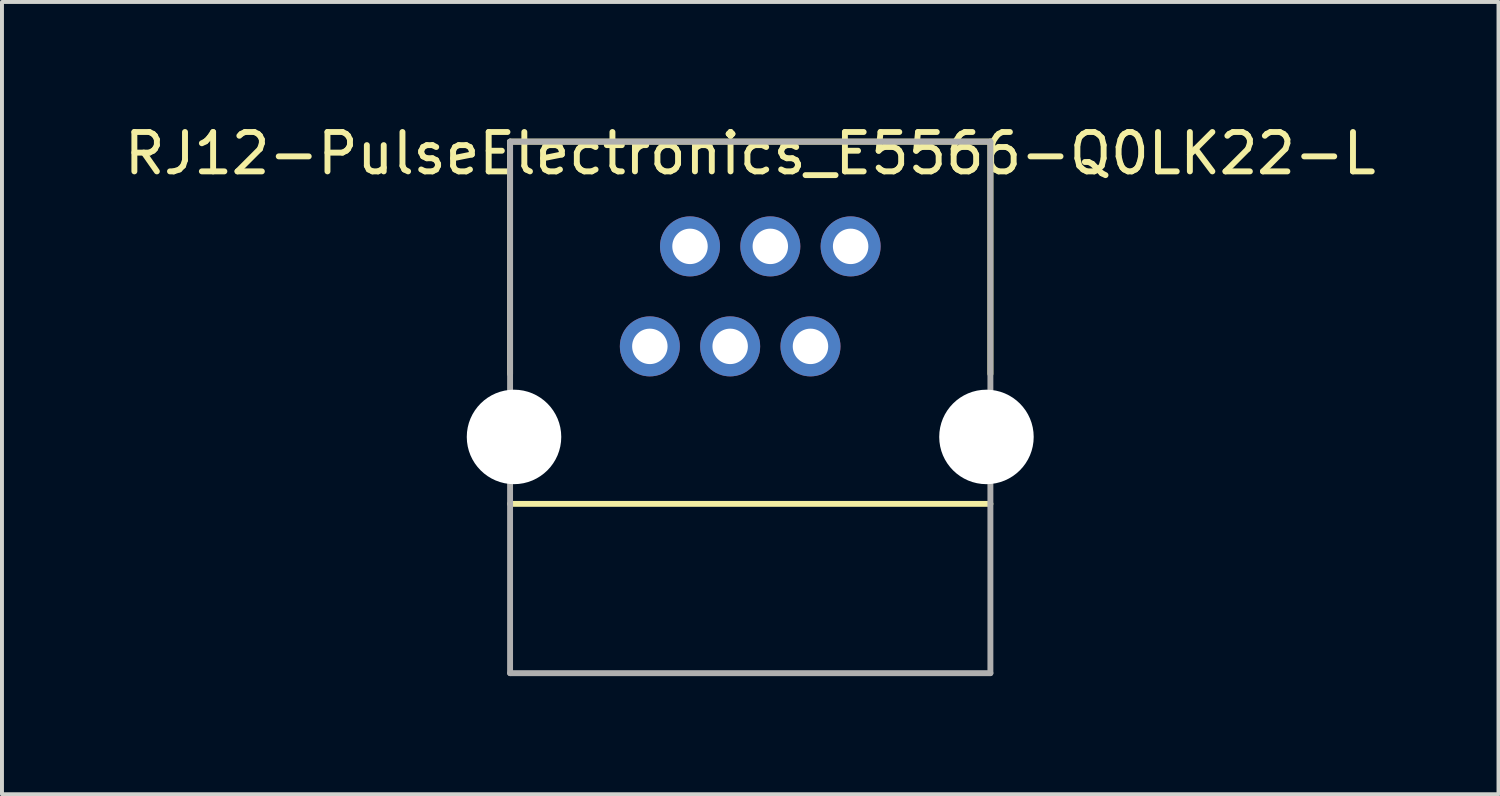
<source format=kicad_pcb>
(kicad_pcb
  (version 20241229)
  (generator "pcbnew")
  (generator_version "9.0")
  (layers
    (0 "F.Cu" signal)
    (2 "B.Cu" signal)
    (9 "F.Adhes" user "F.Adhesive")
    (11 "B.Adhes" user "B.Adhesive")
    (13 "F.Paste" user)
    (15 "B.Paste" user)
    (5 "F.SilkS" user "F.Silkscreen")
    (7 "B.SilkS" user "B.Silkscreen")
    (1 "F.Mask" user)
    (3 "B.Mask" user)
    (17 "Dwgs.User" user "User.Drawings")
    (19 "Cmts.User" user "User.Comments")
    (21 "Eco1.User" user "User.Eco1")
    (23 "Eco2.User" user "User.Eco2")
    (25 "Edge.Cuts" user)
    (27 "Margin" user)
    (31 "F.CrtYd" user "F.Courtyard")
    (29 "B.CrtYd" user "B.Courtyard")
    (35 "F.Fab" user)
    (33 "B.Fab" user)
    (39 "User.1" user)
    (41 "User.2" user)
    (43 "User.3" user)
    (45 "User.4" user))
  (footprint "RJ12-PulseElectronics_E5566-Q0LK22-L"
    (layer "F.Cu")
    (at 16.006 8.048)
    (property "Reference" "RJ12-PulseElectronics_E5566-Q0LK22-L" (at 0 -7.2 0) (layer "F.SilkS") (effects (font (size 1 1) (thickness 0.15))))
    (attr through_hole)
    (fp_line (start -6.1 -7.5) (end -6.1 -1.6) (stroke (width 0.15) (type solid)) (layer "F.SilkS"))
    (fp_line (start -6.1 1.7) (end 6.1 1.7) (stroke (width 0.15) (type solid)) (layer "F.SilkS"))
    (fp_line (start 6.1 -7.5) (end -6.1 -7.5) (stroke (width 0.15) (type solid)) (layer "F.SilkS"))
    (fp_line (start 6.1 -1.6) (end 6.1 -7.5) (stroke (width 0.15) (type solid)) (layer "F.SilkS"))
    (fp_line (start -6.1 -7.5) (end -6.1 0) (stroke (width 0.15) (type solid)) (layer "F.Fab"))
    (fp_line (start -6.1 -7.5) (end 6.1 -7.5) (stroke (width 0.15) (type solid)) (layer "F.Fab"))
    (fp_line (start -6.1 0) (end -6.1 6) (stroke (width 0.15) (type solid)) (layer "F.Fab"))
    (fp_line (start -6.1 6) (end 6.1 6) (stroke (width 0.15) (type solid)) (layer "F.Fab"))
    (fp_line (start 6.1 6) (end 6.1 -7.5) (stroke (width 0.15) (type solid)) (layer "F.Fab"))
    (pad "" np_thru_hole circle (at -6 0) (size 2.4 2.4) (drill 2.4) (layers "*.Cu" "*.Mask"))
    (pad "" np_thru_hole circle (at 6 0) (size 2.4 2.4) (drill 2.4) (layers "*.Cu" "*.Mask"))
    (pad "1" thru_hole circle (at 2.55 -4.84) (size 1.524 1.524) (drill 0.9) (layers "*.Cu" "*.Mask"))
    (pad "2" thru_hole circle (at 1.53 -2.3) (size 1.524 1.524) (drill 0.9) (layers "*.Cu" "*.Mask"))
    (pad "3" thru_hole circle (at 0.51 -4.84) (size 1.524 1.524) (drill 0.9) (layers "*.Cu" "*.Mask"))
    (pad "4" thru_hole circle (at -0.51 -2.3) (size 1.524 1.524) (drill 0.9) (layers "*.Cu" "*.Mask"))
    (pad "5" thru_hole circle (at -1.53 -4.84) (size 1.524 1.524) (drill 0.9) (layers "*.Cu" "*.Mask"))
    (pad "6" thru_hole circle (at -2.55 -2.3) (size 1.524 1.524) (drill 0.9) (layers "*.Cu" "*.Mask")))
  (gr_rect
    (start -3 -3)
    (end 35.012 17.123)
    (stroke (width 0.1) (type default))
    (fill no)
    (layer "Edge.Cuts")))
</source>
